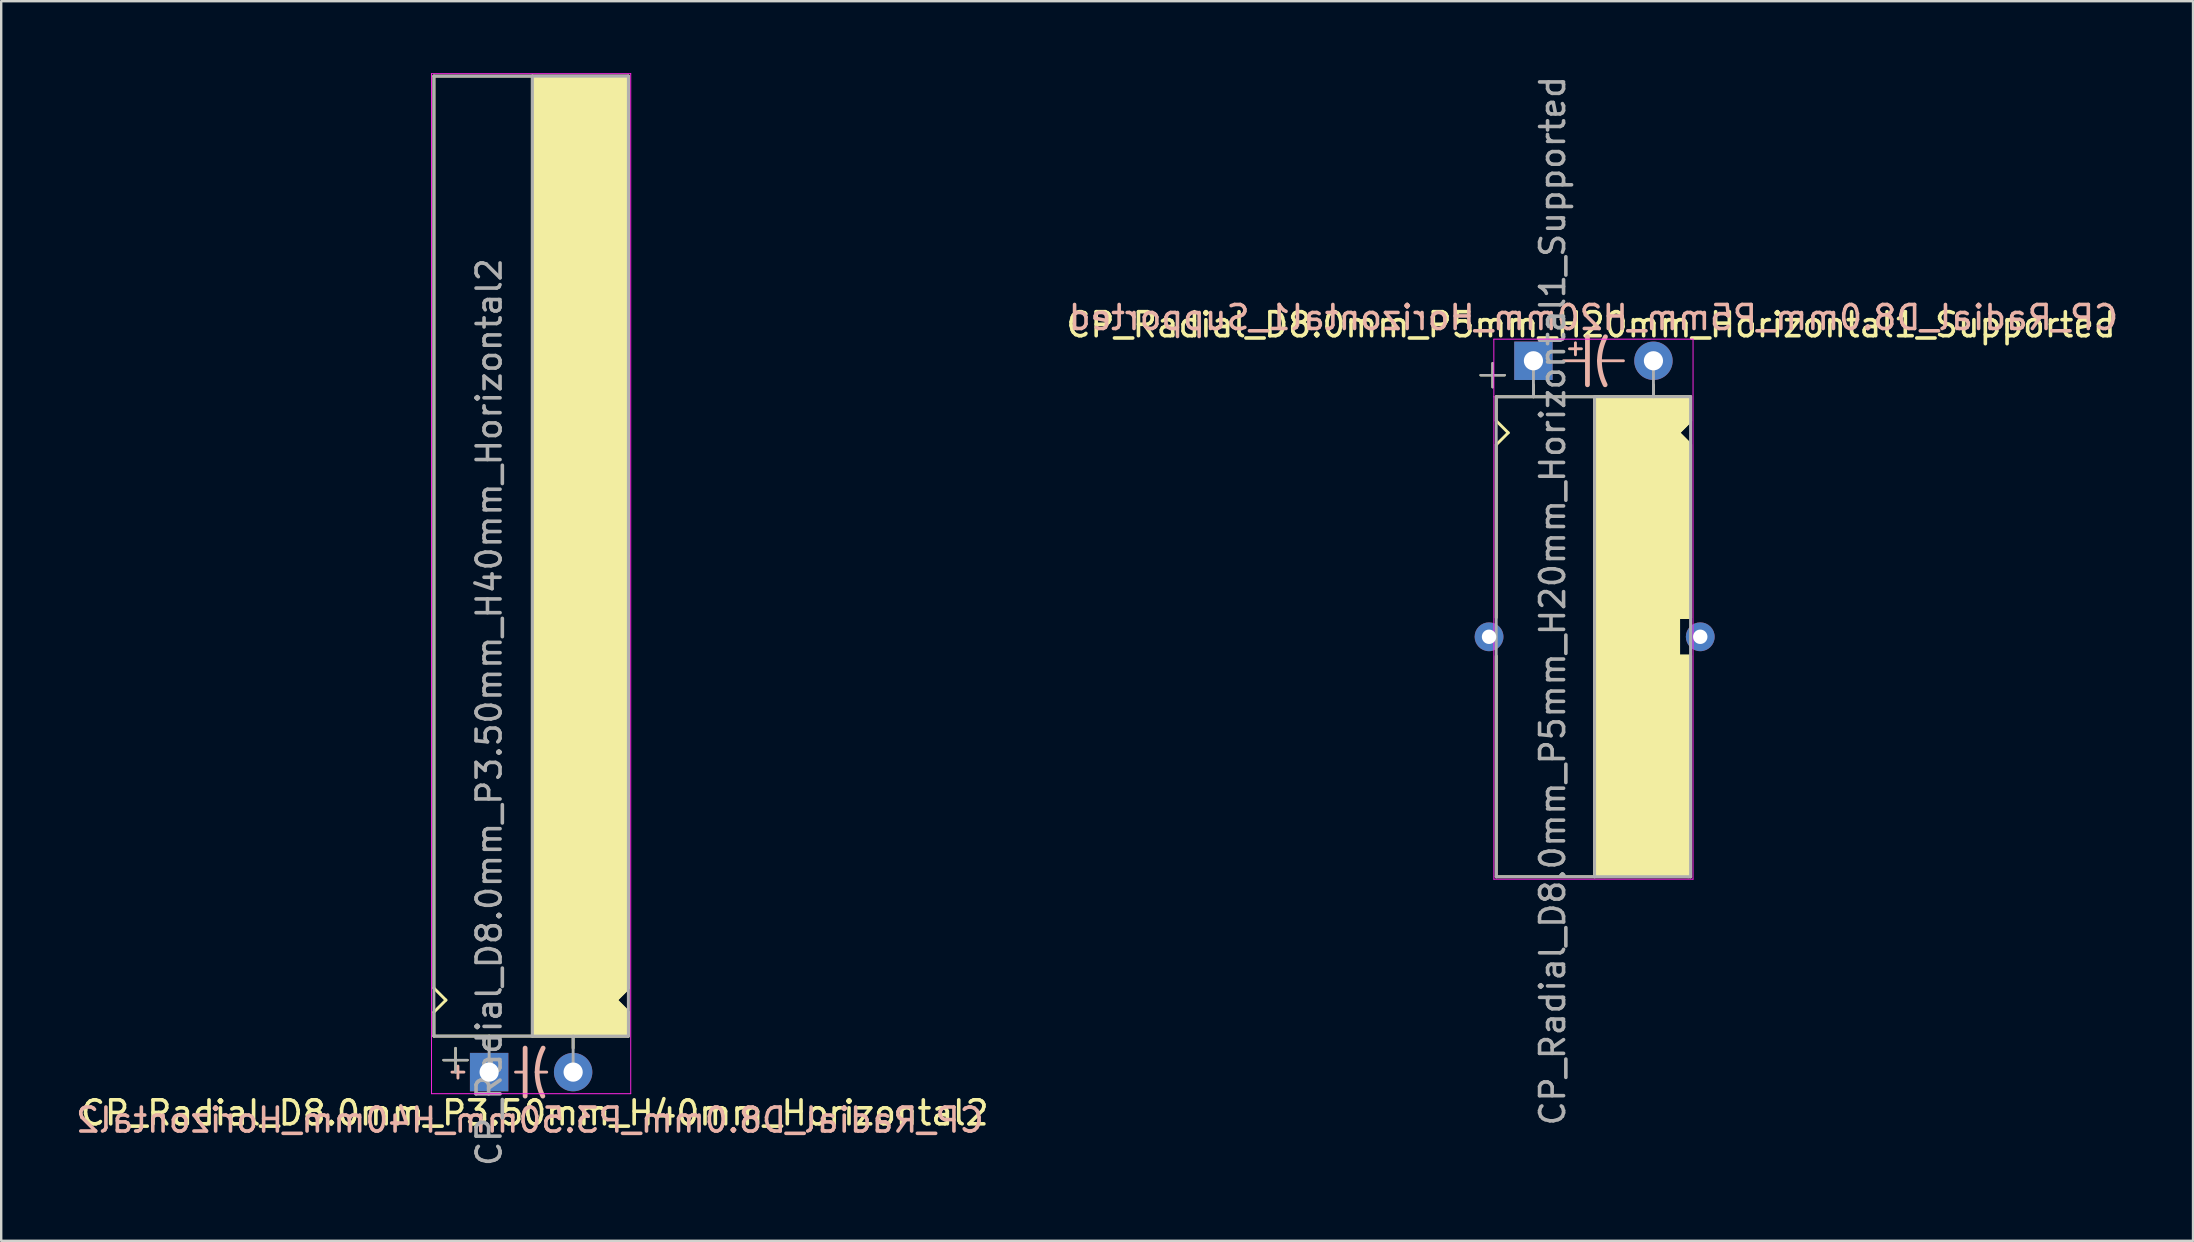
<source format=kicad_pcb>
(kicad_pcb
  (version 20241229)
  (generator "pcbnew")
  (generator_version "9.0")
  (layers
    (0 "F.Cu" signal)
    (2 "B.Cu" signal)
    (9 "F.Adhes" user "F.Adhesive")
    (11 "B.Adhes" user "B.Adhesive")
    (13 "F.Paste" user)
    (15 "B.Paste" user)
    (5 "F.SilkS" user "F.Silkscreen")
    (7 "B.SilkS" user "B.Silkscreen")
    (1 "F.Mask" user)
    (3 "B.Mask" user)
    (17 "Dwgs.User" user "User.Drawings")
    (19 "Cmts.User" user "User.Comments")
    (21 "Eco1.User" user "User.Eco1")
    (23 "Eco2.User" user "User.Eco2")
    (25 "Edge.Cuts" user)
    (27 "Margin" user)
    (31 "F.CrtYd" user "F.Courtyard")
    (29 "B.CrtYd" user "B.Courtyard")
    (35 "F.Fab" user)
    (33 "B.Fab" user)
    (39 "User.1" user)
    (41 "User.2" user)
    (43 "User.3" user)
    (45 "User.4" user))
  (footprint "CP_Radial_D8.0mm_P5mm_H20mm_Horizontal1_Supported"
    (layer "F.Cu")
    (at 60.842 11.982)
    (property "Reference" "CP_Radial_D8.0mm_P5mm_H20mm_Horizontal1_Supported" (at 2.4 -1.5 0) (layer "F.SilkS") (effects (font (size 1 1) (thickness 0.15))))
    (fp_line (start -2.2 0.6) (end -1.2 0.6) (stroke (width 0.1) (type solid)) (layer "F.SilkS"))
    (fp_line (start -1.7 1.1) (end -1.7 0.1) (stroke (width 0.1) (type solid)) (layer "F.SilkS"))
    (fp_line (start -1.55 1.5) (end -1.55 2.5) (stroke (width 0.12) (type solid)) (layer "F.SilkS"))
    (fp_line (start -1.55 1.5) (end 6.55 1.5) (stroke (width 0.12) (type solid)) (layer "F.SilkS"))
    (fp_line (start -1.55 2.5) (end -1.05 3) (stroke (width 0.12) (type solid)) (layer "F.SilkS"))
    (fp_line (start -1.55 10.7) (end -1.55 3.5) (stroke (width 0.12) (type solid)) (layer "F.SilkS"))
    (fp_line (start -1.55 12.3) (end -1.55 21.5) (stroke (width 0.12) (type solid)) (layer "F.SilkS"))
    (fp_line (start -1.55 21.5) (end 6.45 21.5) (stroke (width 0.12) (type solid)) (layer "F.SilkS"))
    (fp_line (start -1.05 3) (end -1.55 3.5) (stroke (width 0.12) (type solid)) (layer "F.SilkS"))
    (fp_line (start 0 1) (end 0 1.5) (stroke (width 0.12) (type solid)) (layer "F.SilkS"))
    (fp_line (start 2.55 21.5) (end 2.55 1.5) (stroke (width 0.12) (type solid)) (layer "F.SilkS"))
    (fp_line (start 5 1) (end 5 1.5) (stroke (width 0.12) (type solid)) (layer "F.SilkS"))
    (fp_line (start 6.05 3) (end 6.55 2.5) (stroke (width 0.12) (type solid)) (layer "F.SilkS"))
    (fp_line (start 6.05 10.7) (end 6.05 12.3) (stroke (width 0.12) (type solid)) (layer "F.SilkS"))
    (fp_line (start 6.05 12.3) (end 6.55 12.3) (stroke (width 0.12) (type solid)) (layer "F.SilkS"))
    (fp_line (start 6.55 2.5) (end 6.55 1.5) (stroke (width 0.12) (type solid)) (layer "F.SilkS"))
    (fp_line (start 6.55 3.5) (end 6.05 3) (stroke (width 0.12) (type solid)) (layer "F.SilkS"))
    (fp_line (start 6.55 10.7) (end 6.05 10.7) (stroke (width 0.12) (type solid)) (layer "F.SilkS"))
    (fp_line (start 6.55 10.7) (end 6.55 3.5) (stroke (width 0.12) (type solid)) (layer "F.SilkS"))
    (fp_line (start 6.55 12.3) (end 6.55 21.5) (stroke (width 0.12) (type solid)) (layer "F.SilkS"))
    (fp_line (start 6.55 21.5) (end 6.45 21.5) (stroke (width 0.12) (type solid)) (layer "F.SilkS"))
    (fp_poly (pts (xy 6.55 2.5) (xy 6.05 3) (xy 6.55 3.5) (xy 6.55 10.7) (xy 6.05 10.7) (xy 6.05 12.3) (xy 6.55 12.3) (xy 6.55 21.5) (xy 2.55 21.5) (xy 2.55 1.5) (xy 6.55 1.5)) (stroke (width 0.1) (type solid)) (fill yes) (layer "F.SilkS"))
    (fp_line (start 1.25 0) (end 2.25 0) (stroke (width 0.12) (type solid)) (layer "B.SilkS"))
    (fp_line (start 1.5 -0.5) (end 2 -0.5) (stroke (width 0.12) (type solid)) (layer "B.SilkS"))
    (fp_line (start 1.75 -0.75) (end 1.75 -0.25) (stroke (width 0.12) (type solid)) (layer "B.SilkS"))
    (fp_line (start 2.25 1) (end 2.25 -1) (stroke (width 0.2) (type solid)) (layer "B.SilkS"))
    (fp_line (start 3.75 0) (end 2.75 0) (stroke (width 0.12) (type solid)) (layer "B.SilkS"))
    (fp_arc (start 2.75 0) (mid 2.816707 -0.514573) (end 3 -1) (stroke (width 0.2) (type solid)) (layer "B.SilkS"))
    (fp_arc (start 2.987539 1) (mid 2.810248 0.513901) (end 2.75 0) (stroke (width 0.2) (type solid)) (layer "B.SilkS"))
    (fp_line (start -1.65 -0.9) (end 6.65 -0.9) (stroke (width 0.04) (type solid)) (layer "F.CrtYd"))
    (fp_line (start -1.65 1.5) (end -1.65 -0.9) (stroke (width 0.04) (type solid)) (layer "F.CrtYd"))
    (fp_line (start -1.65 21.6) (end -1.65 1.5) (stroke (width 0.04) (type solid)) (layer "F.CrtYd"))
    (fp_line (start 6.65 -0.9) (end 6.65 21.6) (stroke (width 0.04) (type solid)) (layer "F.CrtYd"))
    (fp_line (start 6.65 21.6) (end -1.65 21.6) (stroke (width 0.04) (type solid)) (layer "F.CrtYd"))
    (fp_line (start -2.2 0.6) (end -1.2 0.6) (stroke (width 0.1) (type solid)) (layer "F.Fab"))
    (fp_line (start -1.7 1.1) (end -1.7 0.1) (stroke (width 0.1) (type solid)) (layer "F.Fab"))
    (fp_line (start -1.55 1.5) (end 6.55 1.5) (stroke (width 0.12) (type solid)) (layer "F.Fab"))
    (fp_line (start -1.55 21.5) (end -1.55 1.5) (stroke (width 0.12) (type solid)) (layer "F.Fab"))
    (fp_line (start 0 1.5) (end 0 0) (stroke (width 0.12) (type solid)) (layer "F.Fab"))
    (fp_line (start 2.55 1.5) (end 2.55 21.5) (stroke (width 0.12) (type solid)) (layer "F.Fab"))
    (fp_line (start 5 1.5) (end 5 0) (stroke (width 0.12) (type solid)) (layer "F.Fab"))
    (fp_line (start 6.55 1.5) (end 6.55 21.5) (stroke (width 0.12) (type solid)) (layer "F.Fab"))
    (fp_line (start 6.55 21.5) (end -1.55 21.5) (stroke (width 0.12) (type solid)) (layer "F.Fab"))
    (fp_poly (pts (xy 6.55 21.5) (xy 2.55 21.5) (xy 2.55 1.5) (xy 6.55 1.5)) (stroke (width 0.1) (type solid)) (fill no) (layer "F.Fab"))
    (fp_text user "${REFERENCE}" (at 2.5 -1.8 0) (layer "B.SilkS") (effects (font (size 1 1) (thickness 0.15)) (justify mirror)))
    (fp_text user "${REFERENCE}" (at 0.8 10 90) (layer "F.Fab") (effects (font (size 1 1) (thickness 0.15))))
    (pad "1" thru_hole rect (at 0 0) (size 1.6 1.6) (drill 0.8) (layers "*.Cu" "*.Mask"))
    (pad "2" thru_hole circle (at 5 0) (size 1.6 1.6) (drill 0.8) (layers "*.Cu" "*.Mask"))
    (pad "~" thru_hole circle (at -1.85 11.5) (size 1.2 1.2) (drill 0.6) (layers "*.Cu" "*.Mask"))
    (pad "~" thru_hole circle (at 6.95 11.5) (size 1.2 1.2) (drill 0.6) (layers "*.Cu" "*.Mask")))
  (footprint "CP_Radial_D8.0mm_P3.50mm_H40mm_Horizontal2"
    (layer "F.Cu")
    (at 17.33 41.62)
    (property "Reference" "CP_Radial_D8.0mm_P3.50mm_H40mm_Horizontal2" (at 1.9 1.7 0) (layer "F.SilkS") (effects (font (size 1 1) (thickness 0.15))))
    (fp_line (start -2.3 -41.5) (end 5.8 -41.5) (stroke (width 0.12) (type solid)) (layer "F.SilkS"))
    (fp_line (start -2.3 -3.5) (end -2.3 -41.5) (stroke (width 0.12) (type solid)) (layer "F.SilkS"))
    (fp_line (start -2.3 -3.5) (end -1.8 -3) (stroke (width 0.12) (type solid)) (layer "F.SilkS"))
    (fp_line (start -2.3 -2.5) (end -2.3 -1.5) (stroke (width 0.12) (type solid)) (layer "F.SilkS"))
    (fp_line (start -2.3 -1.5) (end 5.8 -1.5) (stroke (width 0.12) (type solid)) (layer "F.SilkS"))
    (fp_line (start -1.9 -0.5) (end -0.9 -0.5) (stroke (width 0.1) (type solid)) (layer "F.SilkS"))
    (fp_line (start -1.8 -3) (end -2.3 -2.5) (stroke (width 0.12) (type solid)) (layer "F.SilkS"))
    (fp_line (start -1.4 0) (end -1.4 -1) (stroke (width 0.1) (type solid)) (layer "F.SilkS"))
    (fp_line (start 0 -1) (end 0 -1.5) (stroke (width 0.12) (type solid)) (layer "F.SilkS"))
    (fp_line (start 1.8 -41.5) (end 1.8 -1.5) (stroke (width 0.12) (type solid)) (layer "F.SilkS"))
    (fp_line (start 3.5 -1) (end 3.5 -1.5) (stroke (width 0.12) (type solid)) (layer "F.SilkS"))
    (fp_line (start 5.3 -3) (end 5.8 -2.5) (stroke (width 0.12) (type solid)) (layer "F.SilkS"))
    (fp_line (start 5.8 -21.5) (end 5.7 -21.5) (stroke (width 0.12) (type solid)) (layer "F.SilkS"))
    (fp_line (start 5.8 -11.5) (end 5.8 -41.5) (stroke (width 0.12) (type solid)) (layer "F.SilkS"))
    (fp_line (start 5.8 -11.5) (end 5.8 -3.5) (stroke (width 0.12) (type solid)) (layer "F.SilkS"))
    (fp_line (start 5.8 -3.5) (end 5.3 -3) (stroke (width 0.12) (type solid)) (layer "F.SilkS"))
    (fp_line (start 5.8 -2.5) (end 5.8 -1.5) (stroke (width 0.12) (type solid)) (layer "F.SilkS"))
    (fp_poly (pts (xy 5.8 -2.5) (xy 5.3 -3) (xy 5.8 -3.5) (xy 5.8 -41.5) (xy 1.8 -41.5) (xy 1.8 -1.5) (xy 5.8 -1.5)) (stroke (width 0.1) (type solid)) (fill yes) (layer "F.SilkS"))
    (fp_line (start -1.3 -0.25) (end -1.3 0.25) (stroke (width 0.12) (type solid)) (layer "B.SilkS"))
    (fp_line (start -1.05 0) (end -1.55 0) (stroke (width 0.12) (type solid)) (layer "B.SilkS"))
    (fp_line (start 1.1 0) (end 1.5 0) (stroke (width 0.12) (type solid)) (layer "B.SilkS"))
    (fp_line (start 1.5 1) (end 1.5 -1) (stroke (width 0.2) (type solid)) (layer "B.SilkS"))
    (fp_line (start 2.4 0) (end 2 0) (stroke (width 0.12) (type solid)) (layer "B.SilkS"))
    (fp_arc (start 2 0) (mid 2.066707 -0.514573) (end 2.25 -1) (stroke (width 0.2) (type solid)) (layer "B.SilkS"))
    (fp_arc (start 2.237539 1) (mid 2.060247 0.513901) (end 2 0) (stroke (width 0.2) (type solid)) (layer "B.SilkS"))
    (fp_line (start -2.4 -41.6) (end -2.4 -1.5) (stroke (width 0.04) (type solid)) (layer "F.CrtYd"))
    (fp_line (start -2.4 -1.5) (end -2.4 0.9) (stroke (width 0.04) (type solid)) (layer "F.CrtYd"))
    (fp_line (start -2.4 0.9) (end 5.9 0.9) (stroke (width 0.04) (type solid)) (layer "F.CrtYd"))
    (fp_line (start 5.9 -41.6) (end -2.4 -41.6) (stroke (width 0.04) (type solid)) (layer "F.CrtYd"))
    (fp_line (start 5.9 0.9) (end 5.9 -41.6) (stroke (width 0.04) (type solid)) (layer "F.CrtYd"))
    (fp_line (start -2.3 -41.5) (end -2.3 -1.5) (stroke (width 0.12) (type solid)) (layer "F.Fab"))
    (fp_line (start -2.3 -1.5) (end 5.8 -1.5) (stroke (width 0.12) (type solid)) (layer "F.Fab"))
    (fp_line (start -1.9 -0.5) (end -0.9 -0.5) (stroke (width 0.1) (type solid)) (layer "F.Fab"))
    (fp_line (start -1.4 0) (end -1.4 -1) (stroke (width 0.1) (type solid)) (layer "F.Fab"))
    (fp_line (start 0 -1.5) (end 0 0) (stroke (width 0.12) (type solid)) (layer "F.Fab"))
    (fp_line (start 1.8 -1.5) (end 1.8 -41.5) (stroke (width 0.12) (type solid)) (layer "F.Fab"))
    (fp_line (start 3.5 -1.5) (end 3.5 0) (stroke (width 0.12) (type solid)) (layer "F.Fab"))
    (fp_line (start 5.8 -41.5) (end -2.3 -41.5) (stroke (width 0.12) (type solid)) (layer "F.Fab"))
    (fp_line (start 5.8 -1.5) (end 5.8 -41.5) (stroke (width 0.12) (type solid)) (layer "F.Fab"))
    (fp_poly (pts (xy 5.8 -41.5) (xy 1.8 -41.5) (xy 1.8 -1.5) (xy 5.8 -1.5)) (stroke (width 0.1) (type solid)) (fill no) (layer "F.Fab"))
    (fp_text user "${REFERENCE}" (at 1.7 2 0) (layer "B.SilkS") (effects (font (size 1 1) (thickness 0.15)) (justify mirror)))
    (fp_text user "${REFERENCE}" (at 0 -15 90) (layer "F.Fab") (effects (font (size 1 1) (thickness 0.15))))
    (pad "1" thru_hole rect (at 0 0) (size 1.6 1.6) (drill 0.8) (layers "*.Cu" "*.Mask"))
    (pad "2" thru_hole circle (at 3.5 0) (size 1.6 1.6) (drill 0.8) (layers "*.Cu" "*.Mask")))
  (gr_rect
    (start -3 -3)
    (end 88.324 48.65)
    (stroke (width 0.1) (type default))
    (fill no)
    (layer "Edge.Cuts")))
</source>
